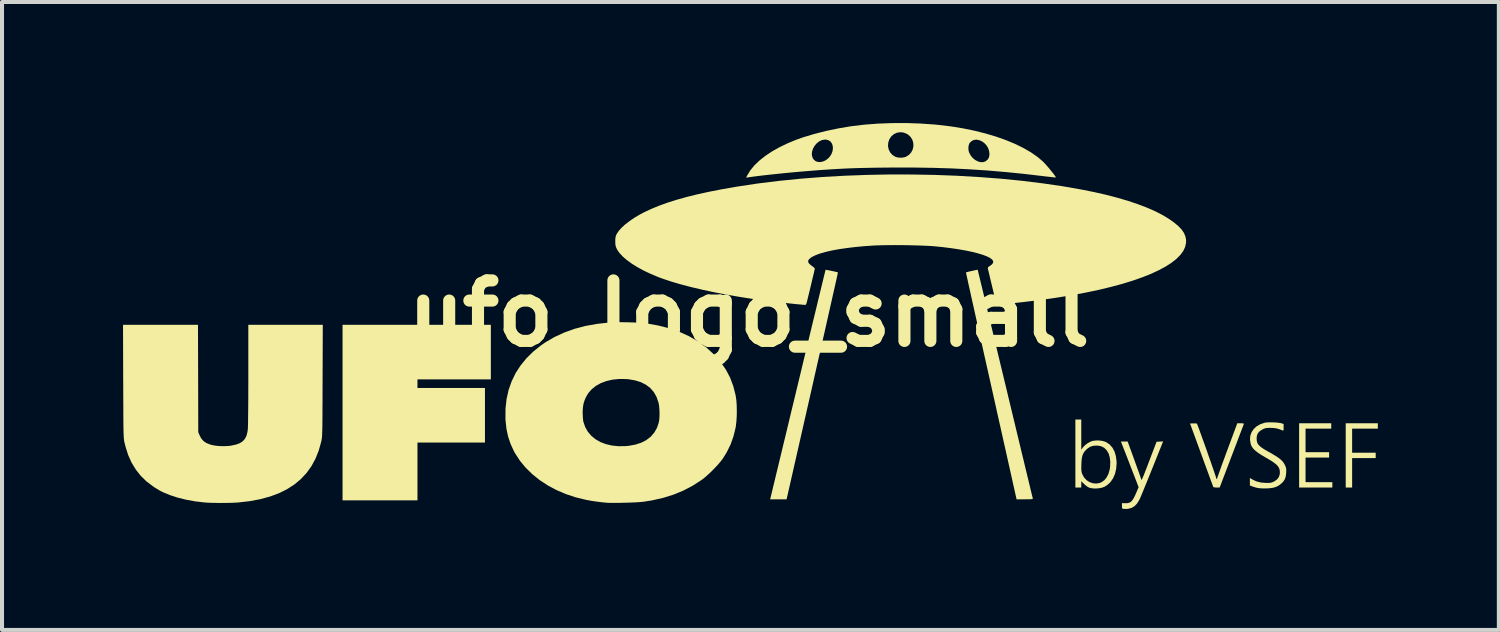
<source format=kicad_pcb>
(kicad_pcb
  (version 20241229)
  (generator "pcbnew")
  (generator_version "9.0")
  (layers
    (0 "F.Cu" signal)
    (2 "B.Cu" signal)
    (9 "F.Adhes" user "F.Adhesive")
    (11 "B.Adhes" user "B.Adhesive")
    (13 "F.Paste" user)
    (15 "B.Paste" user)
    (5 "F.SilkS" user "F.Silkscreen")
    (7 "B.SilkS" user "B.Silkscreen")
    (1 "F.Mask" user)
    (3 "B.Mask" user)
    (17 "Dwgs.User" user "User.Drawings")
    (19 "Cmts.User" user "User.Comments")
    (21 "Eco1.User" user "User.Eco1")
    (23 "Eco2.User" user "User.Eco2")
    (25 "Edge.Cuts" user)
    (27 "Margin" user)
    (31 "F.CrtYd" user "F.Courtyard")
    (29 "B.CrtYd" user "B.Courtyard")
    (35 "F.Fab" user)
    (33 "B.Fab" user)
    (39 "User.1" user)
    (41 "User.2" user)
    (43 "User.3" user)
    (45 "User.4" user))
  (footprint "ufo_logo_small"
    (layer "F.Cu")
    (at 15.514 4.723)
    (property "Reference" "ufo_logo_small" (at 0 0 0) (layer "F.SilkS") (effects (font (size 1.5 1.5) (thickness 0.3))))
    (attr board_only exclude_from_pos_files exclude_from_bom)
    (fp_poly (pts (xy -6.396 0.955) (xy -6.396 1.632) (xy -7.305 1.632) (xy -8.215 1.632) (xy -8.215 1.738) (xy -8.215 1.845) (xy -7.378 1.845) (xy -6.542 1.845) (xy -6.542 2.521) (xy -6.542 3.198) (xy -7.378 3.198) (xy -8.215 3.198) (xy -8.215 3.915) (xy -8.215 4.631) (xy -9.143 4.631) (xy -10.072 4.631) (xy -10.072 2.455) (xy -10.072 0.279) (xy -8.234 0.279) (xy -6.396 0.279)) (stroke (width 0) (type solid)) (fill yes) (layer "F.SilkS"))
    (fp_poly (pts (xy 15.593 2.787) (xy 15.593 2.853) (xy 15.275 2.853) (xy 14.956 2.853) (xy 14.956 3.152) (xy 14.956 3.45) (xy 15.248 3.45) (xy 15.54 3.45) (xy 15.54 3.517) (xy 15.54 3.583) (xy 15.248 3.583) (xy 14.956 3.583) (xy 14.956 3.948) (xy 14.956 4.313) (xy 14.876 4.313) (xy 14.797 4.313) (xy 14.797 3.517) (xy 14.797 2.72) (xy 15.195 2.72) (xy 15.593 2.72)) (stroke (width 0) (type solid)) (fill yes) (layer "F.SilkS"))
    (fp_poly (pts (xy 14.438 2.787) (xy 14.438 2.853) (xy 14.12 2.853) (xy 13.801 2.853) (xy 13.801 3.145) (xy 13.801 3.437) (xy 14.093 3.437) (xy 14.385 3.437) (xy 14.385 3.503) (xy 14.385 3.57) (xy 14.093 3.57) (xy 13.801 3.57) (xy 13.801 3.875) (xy 13.801 4.18) (xy 14.133 4.18) (xy 14.465 4.18) (xy 14.465 4.247) (xy 14.465 4.313) (xy 14.054 4.313) (xy 13.642 4.313) (xy 13.642 3.517) (xy 13.642 2.72) (xy 14.04 2.72) (xy 14.438 2.72)) (stroke (width 0) (type solid)) (fill yes) (layer "F.SilkS"))
    (fp_poly (pts (xy 9.994 3.858) (xy 9.942 3.988) (xy 9.891 4.113) (xy 9.844 4.229) (xy 9.8 4.336) (xy 9.762 4.429) (xy 9.73 4.506) (xy 9.705 4.565) (xy 9.688 4.604) (xy 9.682 4.615) (xy 9.625 4.708) (xy 9.56 4.776) (xy 9.484 4.82) (xy 9.398 4.841) (xy 9.354 4.844) (xy 9.308 4.843) (xy 9.274 4.839) (xy 9.258 4.835) (xy 9.253 4.817) (xy 9.25 4.783) (xy 9.25 4.763) (xy 9.25 4.7) (xy 9.335 4.702) (xy 9.389 4.7) (xy 9.434 4.689) (xy 9.472 4.667) (xy 9.507 4.629) (xy 9.542 4.574) (xy 9.58 4.499) (xy 9.607 4.435) (xy 9.663 4.304) (xy 9.47 3.806) (xy 9.427 3.694) (xy 9.386 3.588) (xy 9.348 3.49) (xy 9.314 3.403) (xy 9.286 3.332) (xy 9.265 3.277) (xy 9.252 3.244) (xy 9.25 3.239) (xy 9.223 3.172) (xy 9.307 3.172) (xy 9.391 3.172) (xy 9.559 3.635) (xy 9.597 3.74) (xy 9.632 3.838) (xy 9.664 3.925) (xy 9.69 3.999) (xy 9.71 4.057) (xy 9.722 4.095) (xy 9.727 4.112) (xy 9.727 4.112) (xy 9.729 4.125) (xy 9.734 4.124) (xy 9.744 4.109) (xy 9.759 4.079) (xy 9.78 4.031) (xy 9.807 3.964) (xy 9.841 3.877) (xy 9.883 3.768) (xy 9.927 3.652) (xy 10.108 3.178) (xy 10.189 3.174) (xy 10.27 3.17)) (stroke (width 0) (type solid)) (fill yes) (layer "F.SilkS"))
    (fp_poly (pts (xy 1.916 -1.083) (xy 1.949 -1.078) (xy 1.996 -1.069) (xy 2.049 -1.058) (xy 2.104 -1.046) (xy 2.152 -1.035) (xy 2.189 -1.026) (xy 2.208 -1.02) (xy 2.209 -1.02) (xy 2.206 -1.006) (xy 2.198 -0.969) (xy 2.185 -0.907) (xy 2.166 -0.823) (xy 2.143 -0.719) (xy 2.115 -0.594) (xy 2.082 -0.45) (xy 2.046 -0.289) (xy 2.006 -0.111) (xy 1.962 0.082) (xy 1.916 0.289) (xy 1.866 0.51) (xy 1.813 0.741) (xy 1.759 0.984) (xy 1.701 1.236) (xy 1.642 1.496) (xy 1.582 1.763) (xy 1.575 1.795) (xy 0.936 4.605) (xy 0.732 4.605) (xy 0.528 4.605) (xy 0.537 4.568) (xy 0.541 4.552) (xy 0.551 4.511) (xy 0.567 4.447) (xy 0.587 4.361) (xy 0.613 4.253) (xy 0.644 4.126) (xy 0.679 3.98) (xy 0.719 3.816) (xy 0.762 3.636) (xy 0.809 3.442) (xy 0.859 3.233) (xy 0.913 3.012) (xy 0.969 2.779) (xy 1.027 2.535) (xy 1.088 2.283) (xy 1.151 2.023) (xy 1.215 1.756) (xy 1.222 1.726) (xy 1.287 1.459) (xy 1.349 1.199) (xy 1.41 0.946) (xy 1.469 0.703) (xy 1.525 0.471) (xy 1.578 0.249) (xy 1.629 0.041) (xy 1.676 -0.153) (xy 1.719 -0.333) (xy 1.759 -0.496) (xy 1.794 -0.642) (xy 1.825 -0.769) (xy 1.851 -0.876) (xy 1.872 -0.962) (xy 1.888 -1.026) (xy 1.898 -1.067) (xy 1.902 -1.084) (xy 1.902 -1.084)) (stroke (width 0) (type solid)) (fill yes) (layer "F.SilkS"))
    (fp_poly (pts (xy 12.242 2.722) (xy 12.267 2.727) (xy 12.272 2.736) (xy 12.272 2.737) (xy 12.266 2.752) (xy 12.252 2.79) (xy 12.23 2.848) (xy 12.201 2.924) (xy 12.165 3.017) (xy 12.125 3.124) (xy 12.08 3.242) (xy 12.031 3.371) (xy 11.979 3.507) (xy 11.969 3.533) (xy 11.672 4.313) (xy 11.595 4.313) (xy 11.544 4.31) (xy 11.516 4.302) (xy 11.512 4.296) (xy 11.506 4.281) (xy 11.493 4.243) (xy 11.471 4.185) (xy 11.443 4.108) (xy 11.409 4.015) (xy 11.37 3.908) (xy 11.326 3.789) (xy 11.279 3.66) (xy 11.23 3.524) (xy 11.222 3.503) (xy 10.938 2.727) (xy 11.018 2.723) (xy 11.062 2.723) (xy 11.096 2.725) (xy 11.109 2.73) (xy 11.115 2.745) (xy 11.13 2.782) (xy 11.151 2.838) (xy 11.178 2.911) (xy 11.209 2.997) (xy 11.244 3.095) (xy 11.282 3.2) (xy 11.322 3.311) (xy 11.362 3.424) (xy 11.401 3.537) (xy 11.44 3.646) (xy 11.475 3.749) (xy 11.508 3.843) (xy 11.536 3.925) (xy 11.559 3.992) (xy 11.575 4.041) (xy 11.584 4.071) (xy 11.585 4.077) (xy 11.591 4.097) (xy 11.599 4.101) (xy 11.61 4.09) (xy 11.612 4.08) (xy 11.616 4.064) (xy 11.629 4.026) (xy 11.65 3.967) (xy 11.677 3.891) (xy 11.71 3.799) (xy 11.748 3.694) (xy 11.791 3.578) (xy 11.836 3.454) (xy 11.86 3.39) (xy 12.109 2.72) (xy 12.193 2.72)) (stroke (width 0) (type solid)) (fill yes) (layer "F.SilkS"))
    (fp_poly (pts (xy 8.241 3.001) (xy 8.241 3.375) (xy 8.281 3.32) (xy 8.333 3.264) (xy 8.401 3.213) (xy 8.475 3.174) (xy 8.523 3.157) (xy 8.601 3.147) (xy 8.686 3.147) (xy 8.771 3.159) (xy 8.843 3.181) (xy 8.859 3.188) (xy 8.945 3.247) (xy 9.014 3.325) (xy 9.066 3.422) (xy 9.1 3.537) (xy 9.116 3.667) (xy 9.117 3.714) (xy 9.106 3.851) (xy 9.077 3.975) (xy 9.029 4.085) (xy 8.964 4.179) (xy 8.884 4.253) (xy 8.814 4.296) (xy 8.744 4.32) (xy 8.661 4.334) (xy 8.573 4.338) (xy 8.491 4.33) (xy 8.44 4.317) (xy 8.394 4.293) (xy 8.342 4.254) (xy 8.311 4.225) (xy 8.241 4.155) (xy 8.241 4.234) (xy 8.241 4.313) (xy 8.168 4.313) (xy 8.095 4.313) (xy 8.095 3.811) (xy 8.242 3.811) (xy 8.243 3.866) (xy 8.246 3.907) (xy 8.253 3.942) (xy 8.264 3.976) (xy 8.266 3.982) (xy 8.31 4.063) (xy 8.37 4.129) (xy 8.443 4.177) (xy 8.525 4.206) (xy 8.61 4.215) (xy 8.696 4.2) (xy 8.745 4.18) (xy 8.814 4.131) (xy 8.872 4.059) (xy 8.917 3.97) (xy 8.946 3.865) (xy 8.956 3.797) (xy 8.96 3.671) (xy 8.946 3.559) (xy 8.916 3.463) (xy 8.869 3.386) (xy 8.808 3.327) (xy 8.732 3.289) (xy 8.643 3.273) (xy 8.626 3.273) (xy 8.54 3.278) (xy 8.47 3.299) (xy 8.406 3.338) (xy 8.373 3.366) (xy 8.326 3.415) (xy 8.293 3.465) (xy 8.269 3.522) (xy 8.254 3.591) (xy 8.246 3.678) (xy 8.244 3.736) (xy 8.242 3.811) (xy 8.095 3.811) (xy 8.095 3.47) (xy 8.095 2.628) (xy 8.168 2.628) (xy 8.241 2.628)) (stroke (width 0) (type solid)) (fill yes) (layer "F.SilkS"))
    (fp_poly (pts (xy 5.673 -1.085) (xy 5.676 -1.072) (xy 5.686 -1.035) (xy 5.7 -0.973) (xy 5.721 -0.89) (xy 5.746 -0.785) (xy 5.776 -0.661) (xy 5.811 -0.517) (xy 5.85 -0.356) (xy 5.892 -0.179) (xy 5.939 0.014) (xy 5.989 0.221) (xy 6.042 0.44) (xy 6.097 0.672) (xy 6.156 0.914) (xy 6.216 1.166) (xy 6.279 1.426) (xy 6.343 1.693) (xy 6.356 1.745) (xy 6.42 2.013) (xy 6.483 2.275) (xy 6.544 2.529) (xy 6.603 2.773) (xy 6.659 3.008) (xy 6.713 3.23) (xy 6.763 3.441) (xy 6.811 3.637) (xy 6.854 3.818) (xy 6.894 3.983) (xy 6.93 4.131) (xy 6.961 4.26) (xy 6.987 4.37) (xy 7.009 4.459) (xy 7.025 4.525) (xy 7.036 4.569) (xy 7.04 4.588) (xy 7.04 4.588) (xy 7.037 4.595) (xy 7.018 4.6) (xy 6.982 4.603) (xy 6.925 4.604) (xy 6.844 4.605) (xy 6.842 4.605) (xy 6.637 4.605) (xy 6.622 4.535) (xy 6.617 4.516) (xy 6.607 4.471) (xy 6.592 4.404) (xy 6.572 4.314) (xy 6.547 4.203) (xy 6.518 4.072) (xy 6.485 3.923) (xy 6.448 3.757) (xy 6.407 3.575) (xy 6.363 3.377) (xy 6.315 3.167) (xy 6.266 2.944) (xy 6.213 2.709) (xy 6.158 2.465) (xy 6.102 2.212) (xy 6.044 1.952) (xy 5.993 1.725) (xy 5.934 1.461) (xy 5.876 1.203) (xy 5.82 0.954) (xy 5.767 0.713) (xy 5.715 0.484) (xy 5.667 0.266) (xy 5.621 0.061) (xy 5.579 -0.13) (xy 5.539 -0.306) (xy 5.504 -0.466) (xy 5.473 -0.607) (xy 5.445 -0.73) (xy 5.423 -0.833) (xy 5.405 -0.914) (xy 5.392 -0.973) (xy 5.385 -1.009) (xy 5.382 -1.02) (xy 5.396 -1.024) (xy 5.429 -1.033) (xy 5.474 -1.044) (xy 5.527 -1.056) (xy 5.579 -1.068) (xy 5.625 -1.078) (xy 5.658 -1.084) (xy 5.673 -1.086)) (stroke (width 0) (type solid)) (fill yes) (layer "F.SilkS"))
    (fp_poly (pts (xy 12.987 2.697) (xy 13.064 2.701) (xy 13.134 2.708) (xy 13.189 2.717) (xy 13.208 2.722) (xy 13.257 2.738) (xy 13.257 2.824) (xy 13.257 2.87) (xy 13.253 2.894) (xy 13.246 2.902) (xy 13.234 2.899) (xy 13.153 2.867) (xy 13.083 2.847) (xy 13.011 2.837) (xy 12.939 2.834) (xy 12.876 2.835) (xy 12.831 2.838) (xy 12.795 2.846) (xy 12.758 2.861) (xy 12.736 2.871) (xy 12.666 2.915) (xy 12.619 2.966) (xy 12.594 3.03) (xy 12.588 3.1) (xy 12.592 3.152) (xy 12.602 3.197) (xy 12.623 3.238) (xy 12.657 3.277) (xy 12.705 3.318) (xy 12.771 3.362) (xy 12.858 3.413) (xy 12.912 3.443) (xy 13.016 3.503) (xy 13.099 3.554) (xy 13.164 3.602) (xy 13.214 3.647) (xy 13.253 3.693) (xy 13.283 3.743) (xy 13.294 3.766) (xy 13.311 3.807) (xy 13.32 3.843) (xy 13.323 3.885) (xy 13.321 3.943) (xy 13.321 3.946) (xy 13.311 4.033) (xy 13.289 4.103) (xy 13.252 4.162) (xy 13.197 4.218) (xy 13.136 4.264) (xy 13.071 4.297) (xy 12.996 4.319) (xy 12.904 4.331) (xy 12.833 4.335) (xy 12.734 4.335) (xy 12.651 4.329) (xy 12.6 4.321) (xy 12.547 4.307) (xy 12.497 4.291) (xy 12.471 4.282) (xy 12.421 4.261) (xy 12.421 4.167) (xy 12.421 4.074) (xy 12.471 4.106) (xy 12.574 4.158) (xy 12.693 4.189) (xy 12.821 4.199) (xy 12.883 4.199) (xy 12.927 4.196) (xy 12.962 4.188) (xy 12.996 4.175) (xy 13.025 4.16) (xy 13.094 4.113) (xy 13.139 4.054) (xy 13.162 3.981) (xy 13.164 3.939) (xy 13.161 3.886) (xy 13.148 3.839) (xy 13.124 3.795) (xy 13.086 3.751) (xy 13.031 3.706) (xy 12.959 3.656) (xy 12.865 3.599) (xy 12.813 3.569) (xy 12.704 3.505) (xy 12.618 3.448) (xy 12.551 3.395) (xy 12.501 3.344) (xy 12.466 3.293) (xy 12.443 3.24) (xy 12.441 3.231) (xy 12.424 3.13) (xy 12.431 3.033) (xy 12.462 2.944) (xy 12.515 2.864) (xy 12.587 2.797) (xy 12.678 2.744) (xy 12.785 2.708) (xy 12.796 2.705) (xy 12.845 2.699) (xy 12.912 2.697)) (stroke (width 0) (type solid)) (fill yes) (layer "F.SilkS"))
    (fp_poly (pts (xy -13.652 1.609) (xy -13.649 2.939) (xy -13.62 3.01) (xy -13.577 3.093) (xy -13.523 3.157) (xy -13.452 3.207) (xy -13.362 3.244) (xy -13.316 3.258) (xy -13.227 3.275) (xy -13.123 3.285) (xy -13.012 3.288) (xy -12.905 3.283) (xy -12.825 3.273) (xy -12.709 3.247) (xy -12.616 3.212) (xy -12.545 3.165) (xy -12.491 3.105) (xy -12.453 3.028) (xy -12.429 2.932) (xy -12.421 2.876) (xy -12.419 2.846) (xy -12.417 2.792) (xy -12.415 2.716) (xy -12.414 2.619) (xy -12.413 2.503) (xy -12.411 2.371) (xy -12.41 2.224) (xy -12.409 2.065) (xy -12.409 1.894) (xy -12.408 1.716) (xy -12.408 1.53) (xy -12.408 1.523) (xy -12.408 0.279) (xy -11.485 0.279) (xy -10.562 0.279) (xy -10.567 1.662) (xy -10.568 1.884) (xy -10.568 2.081) (xy -10.569 2.254) (xy -10.57 2.406) (xy -10.57 2.538) (xy -10.571 2.652) (xy -10.572 2.749) (xy -10.573 2.831) (xy -10.575 2.899) (xy -10.577 2.956) (xy -10.578 3.003) (xy -10.581 3.041) (xy -10.583 3.073) (xy -10.586 3.099) (xy -10.59 3.122) (xy -10.594 3.143) (xy -10.598 3.164) (xy -10.601 3.178) (xy -10.663 3.398) (xy -10.744 3.601) (xy -10.845 3.786) (xy -10.966 3.954) (xy -11.106 4.104) (xy -11.267 4.238) (xy -11.447 4.354) (xy -11.648 4.454) (xy -11.869 4.536) (xy -12.111 4.602) (xy -12.373 4.651) (xy -12.655 4.683) (xy -12.665 4.684) (xy -12.753 4.689) (xy -12.86 4.693) (xy -12.978 4.695) (xy -13.102 4.696) (xy -13.224 4.694) (xy -13.338 4.692) (xy -13.437 4.687) (xy -13.496 4.683) (xy -13.725 4.656) (xy -13.946 4.616) (xy -14.156 4.564) (xy -14.35 4.501) (xy -14.524 4.429) (xy -14.559 4.412) (xy -14.609 4.385) (xy -14.67 4.348) (xy -14.734 4.309) (xy -14.765 4.288) (xy -14.93 4.164) (xy -15.074 4.024) (xy -15.198 3.867) (xy -15.303 3.694) (xy -15.388 3.504) (xy -15.454 3.294) (xy -15.477 3.2) (xy -15.482 3.179) (xy -15.486 3.158) (xy -15.489 3.135) (xy -15.492 3.11) (xy -15.495 3.08) (xy -15.497 3.043) (xy -15.499 2.998) (xy -15.501 2.943) (xy -15.503 2.877) (xy -15.504 2.799) (xy -15.505 2.705) (xy -15.506 2.595) (xy -15.507 2.468) (xy -15.507 2.321) (xy -15.508 2.152) (xy -15.509 1.961) (xy -15.509 1.746) (xy -15.51 1.675) (xy -15.514 0.279) (xy -14.585 0.279) (xy -13.656 0.279)) (stroke (width 0) (type solid)) (fill yes) (layer "F.SilkS"))
    (fp_poly (pts (xy -2.992 0.217) (xy -2.858 0.221) (xy -2.732 0.227) (xy -2.62 0.236) (xy -2.535 0.245) (xy -2.243 0.297) (xy -1.97 0.367) (xy -1.715 0.456) (xy -1.477 0.565) (xy -1.258 0.693) (xy -1.055 0.841) (xy -0.87 1.009) (xy -0.842 1.038) (xy -0.692 1.212) (xy -0.566 1.396) (xy -0.463 1.592) (xy -0.385 1.801) (xy -0.329 2.023) (xy -0.324 2.05) (xy -0.309 2.155) (xy -0.301 2.277) (xy -0.298 2.409) (xy -0.3 2.543) (xy -0.308 2.671) (xy -0.321 2.785) (xy -0.33 2.838) (xy -0.383 3.051) (xy -0.454 3.249) (xy -0.547 3.437) (xy -0.641 3.59) (xy -0.694 3.66) (xy -0.763 3.742) (xy -0.844 3.829) (xy -0.929 3.916) (xy -1.016 3.997) (xy -1.098 4.069) (xy -1.168 4.123) (xy -1.388 4.265) (xy -1.62 4.387) (xy -1.864 4.488) (xy -2.123 4.569) (xy -2.398 4.631) (xy -2.616 4.666) (xy -2.672 4.671) (xy -2.748 4.677) (xy -2.84 4.682) (xy -2.942 4.686) (xy -3.05 4.689) (xy -3.158 4.692) (xy -3.262 4.694) (xy -3.357 4.694) (xy -3.438 4.694) (xy -3.5 4.691) (xy -3.523 4.69) (xy -3.642 4.678) (xy -3.742 4.666) (xy -3.83 4.654) (xy -3.913 4.641) (xy -3.998 4.625) (xy -4.037 4.618) (xy -4.293 4.556) (xy -4.537 4.475) (xy -4.768 4.376) (xy -4.984 4.261) (xy -5.185 4.129) (xy -5.367 3.983) (xy -5.53 3.824) (xy -5.673 3.652) (xy -5.793 3.468) (xy -5.825 3.409) (xy -5.907 3.231) (xy -5.968 3.049) (xy -6.009 2.859) (xy -6.031 2.654) (xy -6.034 2.6) (xy -6.033 2.462) (xy -4.119 2.462) (xy -4.117 2.531) (xy -4.113 2.598) (xy -4.107 2.655) (xy -4.102 2.681) (xy -4.058 2.811) (xy -3.993 2.927) (xy -3.907 3.029) (xy -3.803 3.115) (xy -3.682 3.185) (xy -3.545 3.237) (xy -3.394 3.272) (xy -3.23 3.289) (xy -3.055 3.286) (xy -2.972 3.278) (xy -2.809 3.248) (xy -2.663 3.2) (xy -2.537 3.134) (xy -2.431 3.051) (xy -2.344 2.951) (xy -2.278 2.835) (xy -2.236 2.714) (xy -2.222 2.641) (xy -2.215 2.55) (xy -2.214 2.451) (xy -2.219 2.351) (xy -2.229 2.259) (xy -2.242 2.199) (xy -2.289 2.064) (xy -2.356 1.947) (xy -2.443 1.847) (xy -2.549 1.766) (xy -2.674 1.702) (xy -2.819 1.657) (xy -2.982 1.629) (xy -3.043 1.624) (xy -3.217 1.622) (xy -3.382 1.639) (xy -3.533 1.674) (xy -3.671 1.726) (xy -3.794 1.795) (xy -3.898 1.879) (xy -3.983 1.977) (xy -4.038 2.072) (xy -4.074 2.156) (xy -4.098 2.234) (xy -4.112 2.316) (xy -4.119 2.411) (xy -4.119 2.462) (xy -6.033 2.462) (xy -6.032 2.355) (xy -6.006 2.12) (xy -5.956 1.895) (xy -5.881 1.682) (xy -5.783 1.479) (xy -5.66 1.289) (xy -5.514 1.11) (xy -5.345 0.943) (xy -5.153 0.789) (xy -5.043 0.713) (xy -4.819 0.583) (xy -4.58 0.472) (xy -4.325 0.38) (xy -4.053 0.308) (xy -3.763 0.256) (xy -3.482 0.225) (xy -3.379 0.219) (xy -3.259 0.215) (xy -3.128 0.215)) (stroke (width 0) (type solid)) (fill yes) (layer "F.SilkS"))
    (fp_poly (pts (xy 4.246 -4.711) (xy 4.593 -4.687) (xy 4.698 -4.677) (xy 5.005 -4.64) (xy 5.304 -4.592) (xy 5.592 -4.533) (xy 5.868 -4.464) (xy 6.129 -4.386) (xy 6.375 -4.299) (xy 6.603 -4.204) (xy 6.811 -4.102) (xy 6.999 -3.993) (xy 7.164 -3.877) (xy 7.286 -3.773) (xy 7.321 -3.737) (xy 7.364 -3.691) (xy 7.411 -3.637) (xy 7.459 -3.581) (xy 7.505 -3.524) (xy 7.547 -3.472) (xy 7.58 -3.427) (xy 7.603 -3.394) (xy 7.612 -3.375) (xy 7.611 -3.373) (xy 7.597 -3.374) (xy 7.561 -3.377) (xy 7.505 -3.383) (xy 7.434 -3.391) (xy 7.35 -3.4) (xy 7.277 -3.409) (xy 6.808 -3.464) (xy 6.354 -3.509) (xy 5.909 -3.547) (xy 5.467 -3.576) (xy 5.023 -3.598) (xy 4.571 -3.612) (xy 4.106 -3.619) (xy 3.623 -3.62) (xy 3.477 -3.619) (xy 3.281 -3.617) (xy 3.108 -3.615) (xy 2.954 -3.612) (xy 2.814 -3.609) (xy 2.684 -3.606) (xy 2.561 -3.602) (xy 2.44 -3.597) (xy 2.318 -3.591) (xy 2.19 -3.584) (xy 2.053 -3.576) (xy 1.902 -3.566) (xy 1.851 -3.563) (xy 1.689 -3.551) (xy 1.515 -3.537) (xy 1.333 -3.522) (xy 1.146 -3.506) (xy 0.959 -3.488) (xy 0.774 -3.47) (xy 0.596 -3.451) (xy 0.428 -3.433) (xy 0.274 -3.415) (xy 0.137 -3.398) (xy 0.022 -3.382) (xy -0.018 -3.376) (xy -0.068 -3.368) (xy -0.039 -3.426) (xy 0.037 -3.55) (xy 0.137 -3.672) (xy 0.261 -3.792) (xy 0.407 -3.907) (xy 0.463 -3.945) (xy 1.561 -3.945) (xy 1.575 -3.875) (xy 1.603 -3.823) (xy 1.65 -3.781) (xy 1.71 -3.758) (xy 1.78 -3.756) (xy 1.854 -3.775) (xy 1.883 -3.788) (xy 1.952 -3.833) (xy 2.007 -3.889) (xy 2.047 -3.953) (xy 2.073 -4.02) (xy 2.084 -4.088) (xy 2.08 -4.152) (xy 3.45 -4.152) (xy 3.467 -4.069) (xy 3.504 -3.994) (xy 3.561 -3.931) (xy 3.63 -3.887) (xy 3.694 -3.868) (xy 3.77 -3.863) (xy 3.845 -3.871) (xy 3.895 -3.887) (xy 3.97 -3.934) (xy 4.026 -3.996) (xy 4.063 -4.069) (xy 4.07 -4.102) (xy 5.442 -4.102) (xy 5.448 -4.036) (xy 5.459 -3.999) (xy 5.496 -3.924) (xy 5.547 -3.86) (xy 5.608 -3.809) (xy 5.675 -3.773) (xy 5.743 -3.753) (xy 5.809 -3.753) (xy 5.868 -3.774) (xy 5.878 -3.781) (xy 5.926 -3.823) (xy 5.953 -3.872) (xy 5.964 -3.934) (xy 5.965 -3.959) (xy 5.954 -4.04) (xy 5.927 -4.113) (xy 5.885 -4.177) (xy 5.833 -4.231) (xy 5.773 -4.272) (xy 5.709 -4.299) (xy 5.644 -4.311) (xy 5.582 -4.305) (xy 5.526 -4.279) (xy 5.478 -4.233) (xy 5.467 -4.217) (xy 5.449 -4.166) (xy 5.442 -4.102) (xy 4.07 -4.102) (xy 4.08 -4.147) (xy 4.077 -4.227) (xy 4.055 -4.304) (xy 4.013 -4.375) (xy 3.95 -4.434) (xy 3.922 -4.452) (xy 3.841 -4.486) (xy 3.756 -4.496) (xy 3.674 -4.483) (xy 3.598 -4.449) (xy 3.533 -4.394) (xy 3.485 -4.324) (xy 3.456 -4.238) (xy 3.45 -4.152) (xy 2.08 -4.152) (xy 2.08 -4.153) (xy 2.062 -4.211) (xy 2.029 -4.259) (xy 1.981 -4.294) (xy 1.919 -4.311) (xy 1.891 -4.313) (xy 1.815 -4.301) (xy 1.745 -4.269) (xy 1.683 -4.22) (xy 1.631 -4.16) (xy 1.592 -4.091) (xy 1.568 -4.018) (xy 1.561 -3.945) (xy 0.463 -3.945) (xy 0.573 -4.018) (xy 0.757 -4.122) (xy 0.958 -4.219) (xy 1.174 -4.308) (xy 1.34 -4.367) (xy 1.618 -4.451) (xy 1.913 -4.526) (xy 2.218 -4.59) (xy 2.525 -4.642) (xy 2.541 -4.644) (xy 2.858 -4.682) (xy 3.193 -4.708) (xy 3.54 -4.721) (xy 3.893 -4.723)) (stroke (width 0) (type solid)) (fill yes) (layer "F.SilkS"))
    (fp_poly (pts (xy 4.044 -3.447) (xy 4.603 -3.437) (xy 5.158 -3.416) (xy 5.706 -3.384) (xy 6.245 -3.343) (xy 6.772 -3.291) (xy 7.283 -3.228) (xy 7.778 -3.156) (xy 8.252 -3.073) (xy 8.56 -3.011) (xy 8.857 -2.944) (xy 9.14 -2.87) (xy 9.406 -2.792) (xy 9.653 -2.708) (xy 9.881 -2.621) (xy 10.086 -2.53) (xy 10.268 -2.436) (xy 10.417 -2.345) (xy 10.545 -2.254) (xy 10.648 -2.168) (xy 10.728 -2.084) (xy 10.786 -2) (xy 10.822 -1.916) (xy 10.839 -1.83) (xy 10.839 -1.757) (xy 10.817 -1.654) (xy 10.77 -1.552) (xy 10.697 -1.453) (xy 10.599 -1.354) (xy 10.477 -1.258) (xy 10.331 -1.164) (xy 10.161 -1.073) (xy 9.969 -0.984) (xy 9.755 -0.899) (xy 9.519 -0.816) (xy 9.262 -0.737) (xy 8.984 -0.662) (xy 8.686 -0.59) (xy 8.369 -0.523) (xy 8.032 -0.46) (xy 7.677 -0.401) (xy 7.67 -0.4) (xy 7.553 -0.382) (xy 7.425 -0.364) (xy 7.288 -0.346) (xy 7.147 -0.327) (xy 7.004 -0.309) (xy 6.862 -0.292) (xy 6.726 -0.276) (xy 6.597 -0.262) (xy 6.479 -0.249) (xy 6.375 -0.239) (xy 6.288 -0.231) (xy 6.222 -0.227) (xy 6.186 -0.226) (xy 6.138 -0.226) (xy 6.032 -0.667) (xy 6.007 -0.772) (xy 5.984 -0.869) (xy 5.964 -0.955) (xy 5.947 -1.027) (xy 5.933 -1.082) (xy 5.925 -1.117) (xy 5.923 -1.128) (xy 5.931 -1.147) (xy 5.96 -1.171) (xy 5.971 -1.178) (xy 6.025 -1.217) (xy 6.054 -1.256) (xy 6.058 -1.296) (xy 6.054 -1.308) (xy 6.023 -1.346) (xy 5.968 -1.385) (xy 5.889 -1.423) (xy 5.788 -1.46) (xy 5.666 -1.496) (xy 5.526 -1.531) (xy 5.368 -1.564) (xy 5.194 -1.594) (xy 5.006 -1.622) (xy 4.805 -1.647) (xy 4.618 -1.666) (xy 4.52 -1.674) (xy 4.399 -1.68) (xy 4.262 -1.686) (xy 4.112 -1.69) (xy 3.954 -1.694) (xy 3.792 -1.696) (xy 3.633 -1.697) (xy 3.479 -1.696) (xy 3.336 -1.694) (xy 3.208 -1.691) (xy 3.108 -1.687) (xy 2.871 -1.671) (xy 2.647 -1.65) (xy 2.437 -1.625) (xy 2.243 -1.597) (xy 2.067 -1.565) (xy 1.91 -1.529) (xy 1.774 -1.491) (xy 1.661 -1.45) (xy 1.571 -1.406) (xy 1.544 -1.389) (xy 1.495 -1.349) (xy 1.471 -1.311) (xy 1.472 -1.273) (xy 1.499 -1.233) (xy 1.551 -1.189) (xy 1.566 -1.178) (xy 1.611 -1.145) (xy 1.632 -1.119) (xy 1.635 -1.106) (xy 1.63 -1.086) (xy 1.621 -1.045) (xy 1.607 -0.985) (xy 1.589 -0.912) (xy 1.569 -0.828) (xy 1.548 -0.738) (xy 1.526 -0.646) (xy 1.504 -0.555) (xy 1.483 -0.47) (xy 1.465 -0.394) (xy 1.449 -0.331) (xy 1.438 -0.285) (xy 1.432 -0.262) (xy 1.417 -0.226) (xy 1.398 -0.214) (xy 1.396 -0.214) (xy 1.376 -0.215) (xy 1.335 -0.219) (xy 1.275 -0.225) (xy 1.203 -0.231) (xy 1.122 -0.239) (xy 1.115 -0.24) (xy 0.77 -0.276) (xy 0.429 -0.317) (xy 0.093 -0.363) (xy -0.235 -0.414) (xy -0.554 -0.469) (xy -0.86 -0.528) (xy -1.153 -0.591) (xy -1.429 -0.656) (xy -1.686 -0.723) (xy -1.923 -0.793) (xy -2.136 -0.864) (xy -2.254 -0.908) (xy -2.435 -0.984) (xy -2.604 -1.064) (xy -2.76 -1.149) (xy -2.9 -1.236) (xy -3.023 -1.325) (xy -3.125 -1.413) (xy -3.206 -1.5) (xy -3.264 -1.583) (xy -3.272 -1.599) (xy -3.292 -1.644) (xy -3.304 -1.683) (xy -3.309 -1.727) (xy -3.311 -1.786) (xy -3.311 -1.792) (xy -3.31 -1.852) (xy -3.304 -1.896) (xy -3.294 -1.933) (xy -3.275 -1.973) (xy -3.273 -1.977) (xy -3.224 -2.05) (xy -3.153 -2.129) (xy -3.063 -2.211) (xy -2.956 -2.294) (xy -2.835 -2.376) (xy -2.704 -2.454) (xy -2.602 -2.508) (xy -2.42 -2.593) (xy -2.224 -2.674) (xy -2.013 -2.75) (xy -1.784 -2.822) (xy -1.537 -2.891) (xy -1.27 -2.957) (xy -0.981 -3.02) (xy -0.669 -3.081) (xy -0.332 -3.14) (xy -0.263 -3.151) (xy 0.234 -3.226) (xy 0.749 -3.289) (xy 1.277 -3.342) (xy 1.818 -3.385) (xy 2.367 -3.416) (xy 2.923 -3.437) (xy 3.483 -3.448)) (stroke (width 0) (type solid)) (fill yes) (layer "F.SilkS")))
  (gr_rect
    (start -3 -3)
    (end 34.107 12.566)
    (stroke (width 0.1) (type default))
    (fill no)
    (layer "Edge.Cuts")))
</source>
